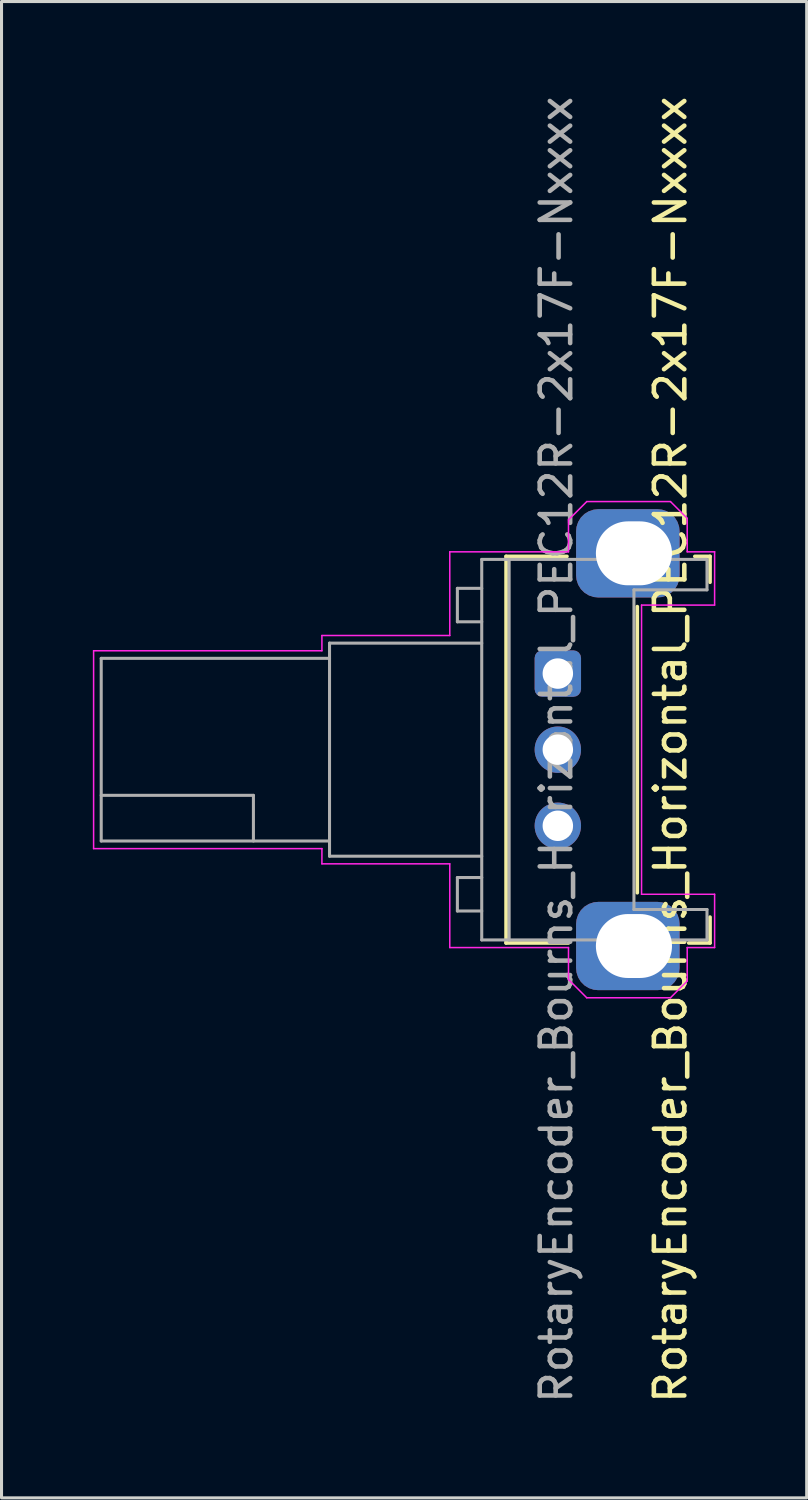
<source format=kicad_pcb>
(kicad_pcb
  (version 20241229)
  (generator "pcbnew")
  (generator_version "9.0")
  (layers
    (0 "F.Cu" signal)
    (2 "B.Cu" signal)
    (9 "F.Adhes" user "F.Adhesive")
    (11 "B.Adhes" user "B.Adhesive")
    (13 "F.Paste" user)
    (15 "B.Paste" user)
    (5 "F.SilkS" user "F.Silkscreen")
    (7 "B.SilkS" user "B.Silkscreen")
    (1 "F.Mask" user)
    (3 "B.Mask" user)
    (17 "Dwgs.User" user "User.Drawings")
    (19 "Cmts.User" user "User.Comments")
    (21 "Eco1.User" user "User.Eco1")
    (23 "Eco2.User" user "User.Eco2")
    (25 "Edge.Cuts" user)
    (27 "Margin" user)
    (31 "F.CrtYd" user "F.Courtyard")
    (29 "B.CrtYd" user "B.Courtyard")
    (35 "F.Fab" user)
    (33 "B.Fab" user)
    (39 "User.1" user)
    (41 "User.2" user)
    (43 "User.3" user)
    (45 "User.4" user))
  (footprint "RotaryEncoder_Bourns_Horizontal_PEC12R-2x17F-Nxxxx"
    (layer "F.Cu")
    (at 15.275 19.077)
    (property "Reference" "RotaryEncoder_Bourns_Horizontal_PEC12R-2x17F-Nxxxx" (at 3.7 2.5 270) (layer "F.SilkS") (effects (font (size 1 1) (thickness 0.15))))
    (attr through_hole)
    (fp_line (start -1.7 -3.85) (end -1.7 8.85) (stroke (width 0.12) (type solid)) (layer "F.SilkS"))
    (fp_line (start -1.7 8.85) (end 0.35 8.85) (stroke (width 0.12) (type solid)) (layer "F.SilkS"))
    (fp_line (start 0.3 -3.85) (end -1.7 -3.85) (stroke (width 0.12) (type solid)) (layer "F.SilkS"))
    (fp_line (start 2.61 -2.2) (end 2.61 7.2) (stroke (width 0.12) (type solid)) (layer "F.SilkS"))
    (fp_line (start 4.3 8.85) (end 5 8.85) (stroke (width 0.12) (type solid)) (layer "F.SilkS"))
    (fp_line (start 5 -3.85) (end 4.5 -3.85) (stroke (width 0.12) (type solid)) (layer "F.SilkS"))
    (fp_line (start 5 -3) (end 5 -3.85) (stroke (width 0.12) (type solid)) (layer "F.SilkS"))
    (fp_line (start 5 8.85) (end 5 8) (stroke (width 0.12) (type solid)) (layer "F.SilkS"))
    (fp_line (start -15.25 -0.75) (end -15.25 5.75) (stroke (width 0.05) (type default)) (layer "F.CrtYd"))
    (fp_line (start -15.25 5.75) (end -7.75 5.75) (stroke (width 0.05) (type default)) (layer "F.CrtYd"))
    (fp_line (start -7.75 -1.25) (end -3.55 -1.25) (stroke (width 0.05) (type default)) (layer "F.CrtYd"))
    (fp_line (start -7.75 -0.75) (end -15.25 -0.75) (stroke (width 0.05) (type default)) (layer "F.CrtYd"))
    (fp_line (start -7.75 -0.75) (end -7.75 -1.25) (stroke (width 0.05) (type default)) (layer "F.CrtYd"))
    (fp_line (start -7.75 5.75) (end -7.75 6.25) (stroke (width 0.05) (type default)) (layer "F.CrtYd"))
    (fp_line (start -7.75 6.25) (end -3.55 6.25) (stroke (width 0.05) (type default)) (layer "F.CrtYd"))
    (fp_line (start -3.55 -4) (end 0.35 -4) (stroke (width 0.05) (type solid)) (layer "F.CrtYd"))
    (fp_line (start -3.55 -1.25) (end -3.55 -4) (stroke (width 0.05) (type solid)) (layer "F.CrtYd"))
    (fp_line (start -3.55 9) (end -3.55 6.25) (stroke (width 0.05) (type solid)) (layer "F.CrtYd"))
    (fp_line (start 0.35 -5.05) (end 0.95 -5.65) (stroke (width 0.05) (type default)) (layer "F.CrtYd"))
    (fp_line (start 0.35 -4) (end 0.35 -5.05) (stroke (width 0.05) (type default)) (layer "F.CrtYd"))
    (fp_line (start 0.35 9) (end -3.55 9) (stroke (width 0.05) (type solid)) (layer "F.CrtYd"))
    (fp_line (start 0.35 10.05) (end 0.35 9) (stroke (width 0.05) (type default)) (layer "F.CrtYd"))
    (fp_line (start 0.35 10.05) (end 0.95 10.65) (stroke (width 0.05) (type default)) (layer "F.CrtYd"))
    (fp_line (start 2.75 -2.25) (end 5.15 -2.25) (stroke (width 0.05) (type default)) (layer "F.CrtYd"))
    (fp_line (start 2.75 7.25) (end 2.75 -2.25) (stroke (width 0.05) (type default)) (layer "F.CrtYd"))
    (fp_line (start 3.7 -5.65) (end 0.95 -5.65) (stroke (width 0.05) (type default)) (layer "F.CrtYd"))
    (fp_line (start 3.7 -5.65) (end 4.25 -5.1) (stroke (width 0.05) (type default)) (layer "F.CrtYd"))
    (fp_line (start 3.7 10.65) (end 0.95 10.65) (stroke (width 0.05) (type default)) (layer "F.CrtYd"))
    (fp_line (start 3.7 10.65) (end 4.25 10.1) (stroke (width 0.05) (type default)) (layer "F.CrtYd"))
    (fp_line (start 4.25 -4) (end 4.25 -5.1) (stroke (width 0.05) (type default)) (layer "F.CrtYd"))
    (fp_line (start 4.25 9) (end 4.25 10.1) (stroke (width 0.05) (type default)) (layer "F.CrtYd"))
    (fp_line (start 5.15 -4) (end 4.25 -4) (stroke (width 0.05) (type solid)) (layer "F.CrtYd"))
    (fp_line (start 5.15 -4) (end 5.15 -2.25) (stroke (width 0.05) (type solid)) (layer "F.CrtYd"))
    (fp_line (start 5.15 7.25) (end 2.75 7.25) (stroke (width 0.05) (type default)) (layer "F.CrtYd"))
    (fp_line (start 5.15 7.25) (end 5.15 9) (stroke (width 0.05) (type solid)) (layer "F.CrtYd"))
    (fp_line (start 5.15 9) (end 4.25 9) (stroke (width 0.05) (type solid)) (layer "F.CrtYd"))
    (fp_line (start -15 -0.5) (end -15 5.5) (stroke (width 0.1) (type default)) (layer "F.Fab"))
    (fp_line (start -15 4) (end -10 4) (stroke (width 0.1) (type default)) (layer "F.Fab"))
    (fp_line (start -15 5.5) (end -7.5 5.5) (stroke (width 0.1) (type solid)) (layer "F.Fab"))
    (fp_line (start -10 4) (end -10 5.5) (stroke (width 0.1) (type default)) (layer "F.Fab"))
    (fp_line (start -7.5 -1) (end -7.5 6) (stroke (width 0.1) (type default)) (layer "F.Fab"))
    (fp_line (start -7.5 -1) (end -2.5 -1) (stroke (width 0.1) (type default)) (layer "F.Fab"))
    (fp_line (start -7.5 -0.5) (end -15 -0.5) (stroke (width 0.1) (type solid)) (layer "F.Fab"))
    (fp_line (start -7.5 6) (end -2.5 6) (stroke (width 0.1) (type default)) (layer "F.Fab"))
    (fp_line (start -3.3 -2.8) (end -2.5 -2.8) (stroke (width 0.1) (type default)) (layer "F.Fab"))
    (fp_line (start -3.3 -1.7) (end -3.3 -2.8) (stroke (width 0.1) (type default)) (layer "F.Fab"))
    (fp_line (start -3.3 6.7) (end -2.5 6.7) (stroke (width 0.1) (type default)) (layer "F.Fab"))
    (fp_line (start -3.3 7.8) (end -3.3 6.7) (stroke (width 0.1) (type default)) (layer "F.Fab"))
    (fp_line (start -2.5 -3.75) (end 4.9 -3.75) (stroke (width 0.1) (type solid)) (layer "F.Fab"))
    (fp_line (start -2.5 -1.7) (end -3.3 -1.7) (stroke (width 0.1) (type default)) (layer "F.Fab"))
    (fp_line (start -2.5 7.8) (end -3.3 7.8) (stroke (width 0.1) (type default)) (layer "F.Fab"))
    (fp_line (start -2.5 8.75) (end -2.5 -3.75) (stroke (width 0.1) (type solid)) (layer "F.Fab"))
    (fp_line (start -1.6 8.75) (end -1.6 -3.75) (stroke (width 0.1) (type solid)) (layer "F.Fab"))
    (fp_line (start 2.5 -2.75) (end 4.9 -2.75) (stroke (width 0.1) (type default)) (layer "F.Fab"))
    (fp_line (start 2.5 7.75) (end 2.5 -2.75) (stroke (width 0.1) (type default)) (layer "F.Fab"))
    (fp_line (start 2.5 7.75) (end 4.9 7.75) (stroke (width 0.1) (type default)) (layer "F.Fab"))
    (fp_line (start 4.9 -3.7) (end 4.9 -2.75) (stroke (width 0.1) (type solid)) (layer "F.Fab"))
    (fp_line (start 4.9 7.75) (end 4.9 8.75) (stroke (width 0.1) (type solid)) (layer "F.Fab"))
    (fp_line (start 4.9 8.75) (end -2.5 8.75) (stroke (width 0.1) (type solid)) (layer "F.Fab"))
    (fp_text user "${REFERENCE}" (at -0.05 2.5 90) (layer "F.Fab") (effects (font (size 1 1) (thickness 0.15))))
    (pad "A" thru_hole roundrect (at 0 0 270) (size 1.524 1.524) (drill 1) (layers "*.Cu" "*.Mask") (roundrect_rratio 0.164))
    (pad "B" thru_hole circle (at 0 5 270) (size 1.524 1.524) (drill 1) (layers "*.Cu" "*.Mask"))
    (pad "C" thru_hole circle (at 0 2.5 270) (size 1.524 1.524) (drill 1) (layers "*.Cu" "*.Mask"))
    (pad "SH" thru_hole roundrect (at 2.5 -3.95 180) (size 3.4 2.9) (drill oval 2.5 2.1 (offset 0.2 0)) (layers "*.Cu" "*.Mask") (roundrect_rratio 0.25))
    (pad "SH" thru_hole roundrect (at 2.5 8.95 180) (size 3.4 2.9) (drill oval 2.5 2.1 (offset 0.2 0)) (layers "*.Cu" "*.Mask") (roundrect_rratio 0.25))
    (zone (net_name "") (layer "F.Cu") (name "Shell contact") (hatch edge 0.5) (connect_pads) (min_thickness 0.25) (filled_areas_thickness no) (keepout (tracks not_allowed) (vias not_allowed) (pads not_allowed) (copperpour not_allowed) (footprints not_allowed)) (placement (enabled no)) (fill) (polygon (pts (xy 14.925 16.327) (xy 14.925 15.077) (xy 13.425 15.077) (xy 13.425 16.327))))
    (zone (net_name "") (layer "F.Cu") (name "Shell contact") (hatch edge 0.5) (connect_pads) (min_thickness 0.25) (filled_areas_thickness no) (keepout (tracks not_allowed) (vias not_allowed) (pads not_allowed) (copperpour not_allowed) (footprints not_allowed)) (placement (enabled no)) (fill) (polygon (pts (xy 14.925 28.077) (xy 14.925 26.827) (xy 13.425 26.827) (xy 13.425 28.077))))
    (zone (net_name "") (layer "F.Cu") (name "Shell contact") (hatch edge 0.5) (connect_pads) (min_thickness 0.25) (filled_areas_thickness no) (keepout (tracks not_allowed) (vias not_allowed) (pads not_allowed) (copperpour not_allowed) (footprints not_allowed)) (placement (enabled no)) (fill) (polygon (pts (xy 20.275 16.327) (xy 20.275 15.077) (xy 19.275 15.077) (xy 19.275 16.327))))
    (zone (net_name "") (layer "F.Cu") (name "Shell contact") (hatch edge 0.5) (connect_pads) (min_thickness 0.25) (filled_areas_thickness no) (keepout (tracks not_allowed) (vias not_allowed) (pads not_allowed) (copperpour not_allowed) (footprints not_allowed)) (placement (enabled no)) (fill) (polygon (pts (xy 20.275 28.077) (xy 20.275 26.827) (xy 19.275 26.827) (xy 19.275 28.077)))))
  (gr_rect
    (start -3 -3)
    (end 23.45 46.155)
    (stroke (width 0.1) (type default))
    (fill no)
    (layer "Edge.Cuts")))
</source>
